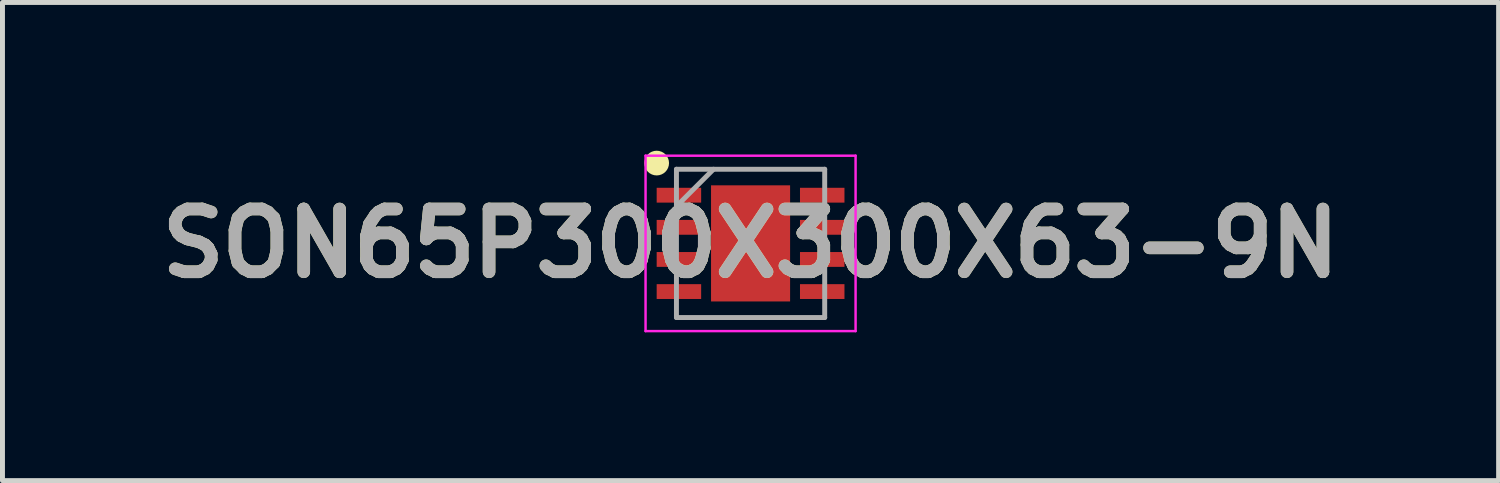
<source format=kicad_pcb>
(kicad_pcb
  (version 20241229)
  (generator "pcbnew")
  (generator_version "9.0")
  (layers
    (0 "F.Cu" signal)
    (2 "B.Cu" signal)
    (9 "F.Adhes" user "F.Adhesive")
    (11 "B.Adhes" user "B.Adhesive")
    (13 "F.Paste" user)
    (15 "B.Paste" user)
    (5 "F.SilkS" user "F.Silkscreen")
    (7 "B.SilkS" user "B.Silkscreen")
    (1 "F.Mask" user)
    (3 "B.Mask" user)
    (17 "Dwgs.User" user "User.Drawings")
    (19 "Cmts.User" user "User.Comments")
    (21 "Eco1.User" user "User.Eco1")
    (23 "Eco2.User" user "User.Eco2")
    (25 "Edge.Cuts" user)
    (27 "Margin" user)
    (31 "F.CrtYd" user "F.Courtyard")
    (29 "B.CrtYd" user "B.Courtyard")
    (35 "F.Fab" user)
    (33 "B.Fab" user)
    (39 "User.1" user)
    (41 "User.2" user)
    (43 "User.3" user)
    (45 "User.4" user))
  (footprint "SON65P300X300X63-9N"
    (layer "F.Cu")
    (at 12.138 1.875)
    (property "Reference" "SON65P300X300X63-9N" (at 0 0 0) (layer "F.SilkS") (effects (font (size 1.27 1.27) (thickness 0.254))))
    (attr smd)
    (fp_circle (center -1.9 -1.625) (end -1.9 -1.5) (stroke (width 0.25) (type solid)) (fill no) (layer "F.SilkS"))
    (fp_line (start -2.125 -1.775) (end 2.125 -1.775) (stroke (width 0.05) (type solid)) (layer "F.CrtYd"))
    (fp_line (start -2.125 1.775) (end -2.125 -1.775) (stroke (width 0.05) (type solid)) (layer "F.CrtYd"))
    (fp_line (start 2.125 -1.775) (end 2.125 1.775) (stroke (width 0.05) (type solid)) (layer "F.CrtYd"))
    (fp_line (start 2.125 1.775) (end -2.125 1.775) (stroke (width 0.05) (type solid)) (layer "F.CrtYd"))
    (fp_line (start -1.5 -1.5) (end 1.5 -1.5) (stroke (width 0.1) (type solid)) (layer "F.Fab"))
    (fp_line (start -1.5 -0.75) (end -0.75 -1.5) (stroke (width 0.1) (type solid)) (layer "F.Fab"))
    (fp_line (start -1.5 1.5) (end -1.5 -1.5) (stroke (width 0.1) (type solid)) (layer "F.Fab"))
    (fp_line (start 1.5 -1.5) (end 1.5 1.5) (stroke (width 0.1) (type solid)) (layer "F.Fab"))
    (fp_line (start 1.5 1.5) (end -1.5 1.5) (stroke (width 0.1) (type solid)) (layer "F.Fab"))
    (fp_text user "${REFERENCE}" (at 0 0 0) (layer "F.Fab") (effects (font (size 1.27 1.27) (thickness 0.254))))
    (pad "1" smd rect (at -1.45 -0.975 90) (size 0.3 0.9) (layers "F.Cu" "F.Mask" "F.Paste"))
    (pad "2" smd rect (at -1.45 -0.325 90) (size 0.3 0.9) (layers "F.Cu" "F.Mask" "F.Paste"))
    (pad "3" smd rect (at -1.45 0.325 90) (size 0.3 0.9) (layers "F.Cu" "F.Mask" "F.Paste"))
    (pad "4" smd rect (at -1.45 0.975 90) (size 0.3 0.9) (layers "F.Cu" "F.Mask" "F.Paste"))
    (pad "5" smd rect (at 1.45 0.975 90) (size 0.3 0.9) (layers "F.Cu" "F.Mask" "F.Paste"))
    (pad "6" smd rect (at 1.45 0.325 90) (size 0.3 0.9) (layers "F.Cu" "F.Mask" "F.Paste"))
    (pad "7" smd rect (at 1.45 -0.325 90) (size 0.3 0.9) (layers "F.Cu" "F.Mask" "F.Paste"))
    (pad "8" smd rect (at 1.45 -0.975 90) (size 0.3 0.9) (layers "F.Cu" "F.Mask" "F.Paste"))
    (pad "9" smd rect (at 0 0) (size 1.6 2.35) (layers "F.Cu" "F.Mask" "F.Paste")))
  (gr_rect
    (start -3 -3)
    (end 27.275 6.675)
    (stroke (width 0.1) (type default))
    (fill no)
    (layer "Edge.Cuts")))
</source>
